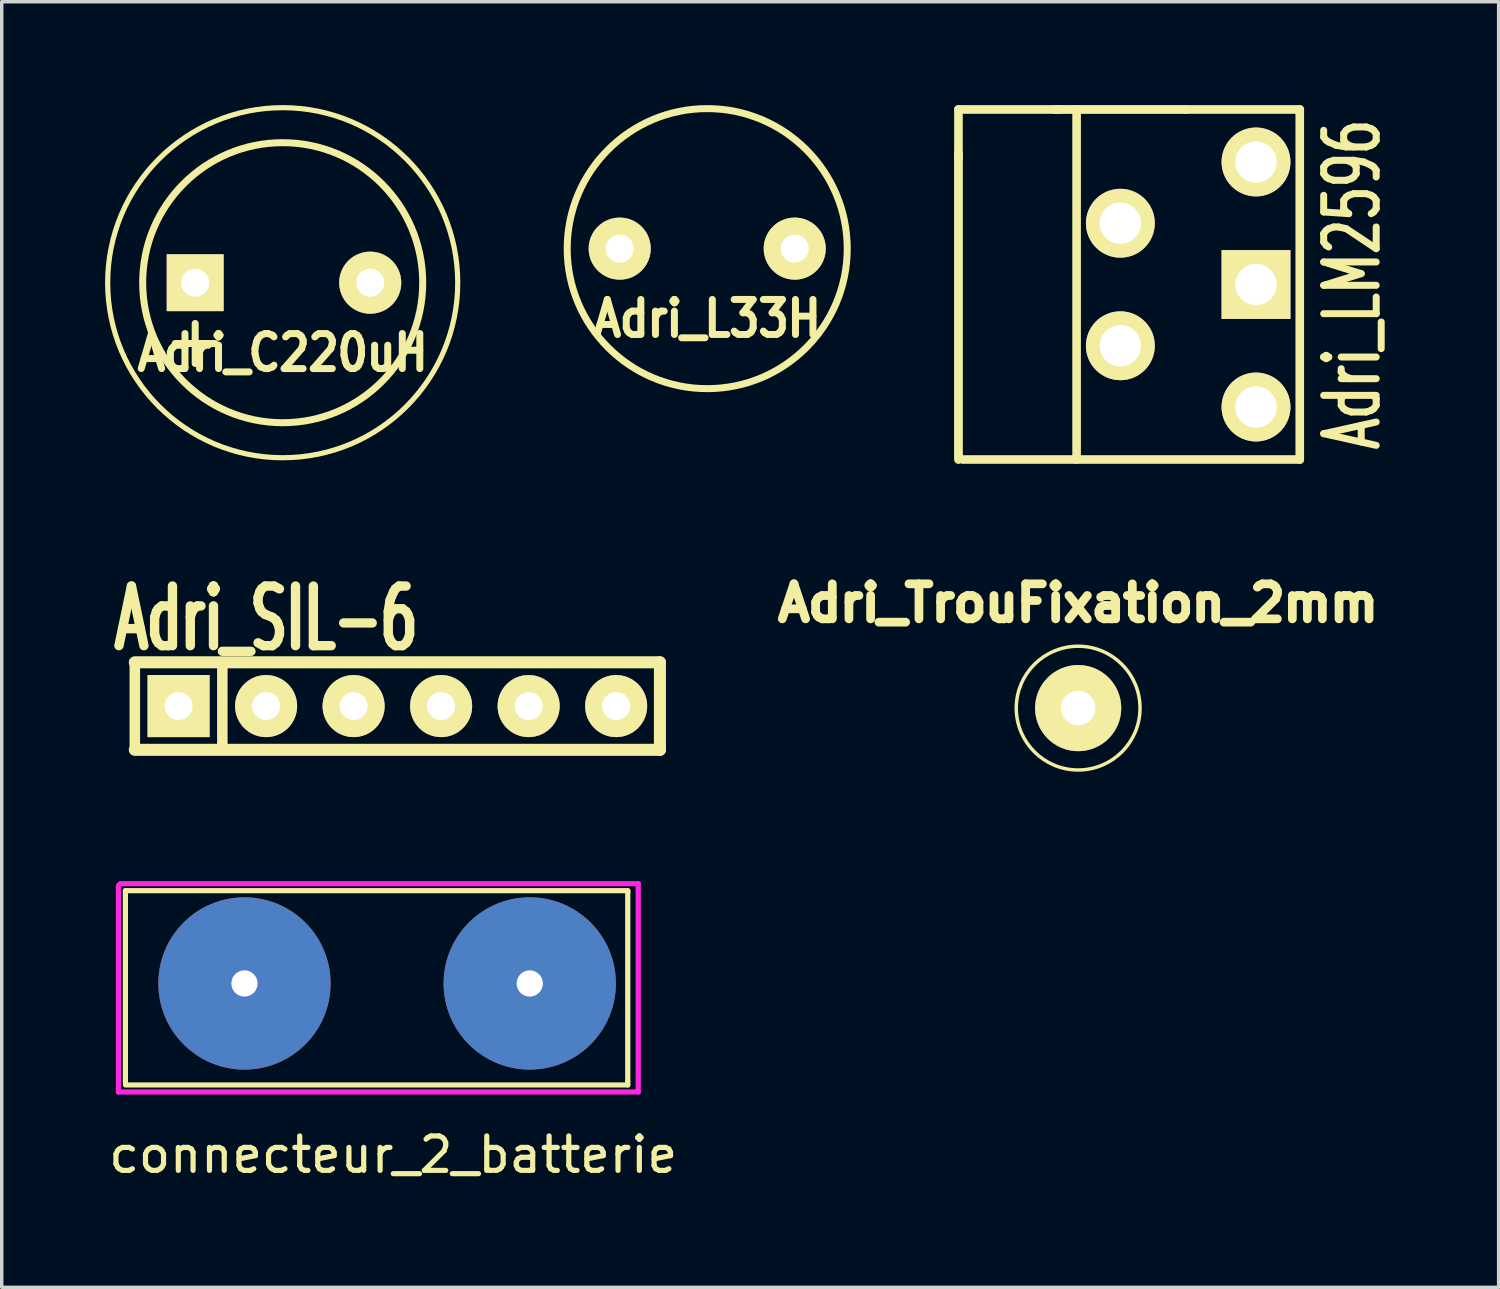
<source format=kicad_pcb>
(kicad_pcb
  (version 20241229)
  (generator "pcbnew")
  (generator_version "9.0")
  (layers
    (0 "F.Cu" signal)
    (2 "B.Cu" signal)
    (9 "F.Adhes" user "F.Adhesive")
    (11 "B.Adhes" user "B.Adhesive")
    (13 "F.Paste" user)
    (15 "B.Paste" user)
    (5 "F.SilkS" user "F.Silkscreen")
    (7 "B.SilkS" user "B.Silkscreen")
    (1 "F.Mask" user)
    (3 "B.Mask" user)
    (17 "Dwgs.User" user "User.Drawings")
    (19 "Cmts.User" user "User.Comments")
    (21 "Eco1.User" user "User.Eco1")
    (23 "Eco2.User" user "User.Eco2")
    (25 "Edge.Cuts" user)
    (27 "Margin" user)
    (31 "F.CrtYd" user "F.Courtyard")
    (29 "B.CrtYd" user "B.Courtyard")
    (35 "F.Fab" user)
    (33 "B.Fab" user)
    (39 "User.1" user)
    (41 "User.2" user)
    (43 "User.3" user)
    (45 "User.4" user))
  (footprint "Adri_L33H"
    (layer "F.Cu")
    (at 17.476 4.166)
    (property "Reference" "Adri_L33H" (at 0 2.032 0) (layer "F.SilkS") (effects (font (size 1.016 0.889) (thickness 0.203))))
    (attr through_hole)
    (fp_circle (center 0 0) (end 4.064 0) (stroke (width 0.203) (type solid)) (fill no) (layer "F.SilkS"))
    (pad "1" thru_hole circle (at -2.54 0) (size 1.801 1.801) (drill 0.813) (layers "*.Cu" "*.Mask" "F.SilkS"))
    (pad "2" thru_hole circle (at 2.54 0) (size 1.801 1.801) (drill 0.813) (layers "*.Cu" "*.Mask" "F.SilkS")))
  (footprint "Adri_C220uH"
    (layer "F.Cu")
    (at 5.155 5.155)
    (property "Reference" "Adri_C220uH" (at 0 2.032 0) (layer "F.SilkS") (effects (font (size 1.016 0.889) (thickness 0.203))))
    (attr through_hole)
    (fp_circle (center 0 0) (end -5.08 0) (stroke (width 0.15) (type solid)) (fill no) (layer "F.SilkS"))
    (fp_circle (center 0 0) (end 4.064 0) (stroke (width 0.203) (type solid)) (fill no) (layer "F.SilkS"))
    (fp_text user "+" (at -2.54 1.651 0) (layer "F.SilkS") (effects (font (size 1.524 1.524) (thickness 0.203))))
    (pad "1" thru_hole rect (at -2.54 0) (size 1.651 1.651) (drill 0.813) (layers "*.Cu" "*.Mask" "F.SilkS"))
    (pad "2" thru_hole circle (at 2.54 0) (size 1.801 1.801) (drill 0.813) (layers "*.Cu" "*.Mask" "F.SilkS")))
  (footprint "Adri_LM2596"
    (layer "F.Cu")
    (at 29.467 5.207)
    (property "Reference" "Adri_LM2596" (at 6.731 0 90) (layer "F.SilkS") (effects (font (size 1.524 1.016) (thickness 0.203))))
    (attr through_hole)
    (fp_line (start -4.699 -5.08) (end -4.699 -3.683) (stroke (width 0.25) (type solid)) (layer "F.SilkS"))
    (fp_line (start -4.699 5.08) (end -4.699 -3.81) (stroke (width 0.254) (type solid)) (layer "F.SilkS"))
    (fp_line (start -4.572 5.08) (end 5.207 5.08) (stroke (width 0.25) (type solid)) (layer "F.SilkS"))
    (fp_line (start -1.905 -5.08) (end 1.905 -5.08) (stroke (width 0.254) (type solid)) (layer "F.SilkS"))
    (fp_line (start -1.778 -5.08) (end -4.699 -5.08) (stroke (width 0.25) (type solid)) (layer "F.SilkS"))
    (fp_line (start -1.27 -5.08) (end -1.27 5.08) (stroke (width 0.25) (type solid)) (layer "F.SilkS"))
    (fp_line (start 1.905 -5.08) (end 5.207 -5.08) (stroke (width 0.25) (type solid)) (layer "F.SilkS"))
    (fp_line (start 5.207 -5.08) (end 5.207 5.08) (stroke (width 0.25) (type solid)) (layer "F.SilkS"))
    (fp_line (start 5.207 5.08) (end 5.08 5.08) (stroke (width 0.15) (type solid)) (layer "F.SilkS"))
    (pad "1" thru_hole circle (at 3.937 3.556) (size 1.999 1.999) (drill 1.199) (layers "*.Cu" "*.Mask" "F.SilkS"))
    (pad "2" thru_hole circle (at 0 1.778) (size 1.999 1.999) (drill 1.199) (layers "*.Cu" "*.Mask" "F.SilkS"))
    (pad "3" thru_hole rect (at 3.937 0) (size 1.999 1.999) (drill 1.199) (layers "*.Cu" "*.Mask" "F.SilkS"))
    (pad "4" thru_hole circle (at 0 -1.778) (size 1.999 1.999) (drill 1.199) (layers "*.Cu" "*.Mask" "F.SilkS"))
    (pad "5" thru_hole circle (at 3.937 -3.556) (size 1.999 1.999) (drill 1.199) (layers "*.Cu" "*.Mask" "F.SilkS")))
  (footprint "Adri_SIL-6"
    (layer "F.Cu")
    (at 11.023 17.443)
    (property "Reference" "Adri_SIL-6" (at -6.35 -2.54 0) (layer "F.SilkS") (effects (font (size 1.73 1.087) (thickness 0.272))))
    (attr through_hole)
    (fp_line (start -10.16 -1.27) (end 5.08 -1.27) (stroke (width 0.35) (type solid)) (layer "F.SilkS"))
    (fp_line (start -10.16 1.27) (end -10.16 -1.27) (stroke (width 0.305) (type solid)) (layer "F.SilkS"))
    (fp_line (start -7.62 1.27) (end -7.62 -1.27) (stroke (width 0.305) (type solid)) (layer "F.SilkS"))
    (fp_line (start 5.08 -1.27) (end 5.08 1.27) (stroke (width 0.35) (type solid)) (layer "F.SilkS"))
    (fp_line (start 5.08 1.27) (end -10.16 1.27) (stroke (width 0.35) (type solid)) (layer "F.SilkS"))
    (pad "1" thru_hole rect (at -8.89 0) (size 1.801 1.801) (drill 0.813) (layers "*.Cu" "*.Mask" "F.SilkS"))
    (pad "2" thru_hole circle (at -6.35 0) (size 1.801 1.801) (drill 0.813) (layers "*.Cu" "*.Mask" "F.SilkS"))
    (pad "3" thru_hole circle (at -3.81 0) (size 1.801 1.801) (drill 0.813) (layers "*.Cu" "*.Mask" "F.SilkS"))
    (pad "4" thru_hole circle (at -1.27 0) (size 1.801 1.801) (drill 0.813) (layers "*.Cu" "*.Mask" "F.SilkS"))
    (pad "5" thru_hole circle (at 1.27 0) (size 1.801 1.801) (drill 0.813) (layers "*.Cu" "*.Mask" "F.SilkS"))
    (pad "6" thru_hole circle (at 3.81 0) (size 1.801 1.801) (drill 0.813) (layers "*.Cu" "*.Mask" "F.SilkS")))
  (footprint "Adri_TrouFixation_2mm"
    (layer "F.Cu")
    (at 28.242 17.502)
    (property "Reference" "Adri_TrouFixation_2mm" (at 0 -3.048 0) (layer "F.SilkS") (effects (font (size 1.016 1.016) (thickness 0.254))))
    (attr through_hole)
    (fp_circle (center 0 0) (end 1.27 -1.27) (stroke (width 0.1) (type solid)) (fill no) (layer "F.SilkS"))
    (pad "1" thru_hole circle (at 0 0) (size 2.5 2.5) (drill 1) (layers "*.Cu" "*.Mask" "F.SilkS")))
  (footprint "connecteur_2_batterie"
    (layer "F.Cu")
    (at 0.387 22.598)
    (property "Reference" "connecteur_2_batterie" (at 7.976 7.866 0) (layer "F.SilkS") (effects (font (size 1 1) (thickness 0.15))))
    (attr through_hole)
    (fp_line (start 0.203 5.791) (end 0.203 0.203) (stroke (width 0.15) (type solid)) (layer "F.SilkS"))
    (fp_line (start 0.203 5.842) (end 14.783 5.842) (stroke (width 0.15) (type solid)) (layer "F.SilkS"))
    (fp_line (start 14.783 0.203) (end 0.203 0.203) (stroke (width 0.15) (type solid)) (layer "F.SilkS"))
    (fp_line (start 14.783 0.254) (end 14.783 0.203) (stroke (width 0.15) (type solid)) (layer "F.SilkS"))
    (fp_line (start 14.783 0.254) (end 14.783 5.74) (stroke (width 0.15) (type solid)) (layer "F.SilkS"))
    (fp_line (start 14.783 5.842) (end 14.783 5.74) (stroke (width 0.15) (type solid)) (layer "F.SilkS"))
    (fp_line (start 0 6.045) (end 0 0.051) (stroke (width 0.15) (type solid)) (layer "F.CrtYd"))
    (fp_line (start 0.051 0) (end 15.088 0) (stroke (width 0.15) (type solid)) (layer "F.CrtYd"))
    (fp_line (start 15.088 0) (end 15.088 6.045) (stroke (width 0.15) (type solid)) (layer "F.CrtYd"))
    (fp_line (start 15.088 6.045) (end 0 6.045) (stroke (width 0.15) (type solid)) (layer "F.CrtYd"))
    (pad "1" thru_hole circle (at 11.938 2.896) (size 5 5) (drill 0.762) (layers "*.Cu" "*.Mask"))
    (pad "2" thru_hole circle (at 3.658 2.896) (size 5 5) (drill 0.762) (layers "*.Cu" "*.Mask")))
  (gr_rect
    (start -3 -3)
    (end 40.446 34.312)
    (stroke (width 0.1) (type default))
    (fill no)
    (layer "Edge.Cuts")))
</source>
